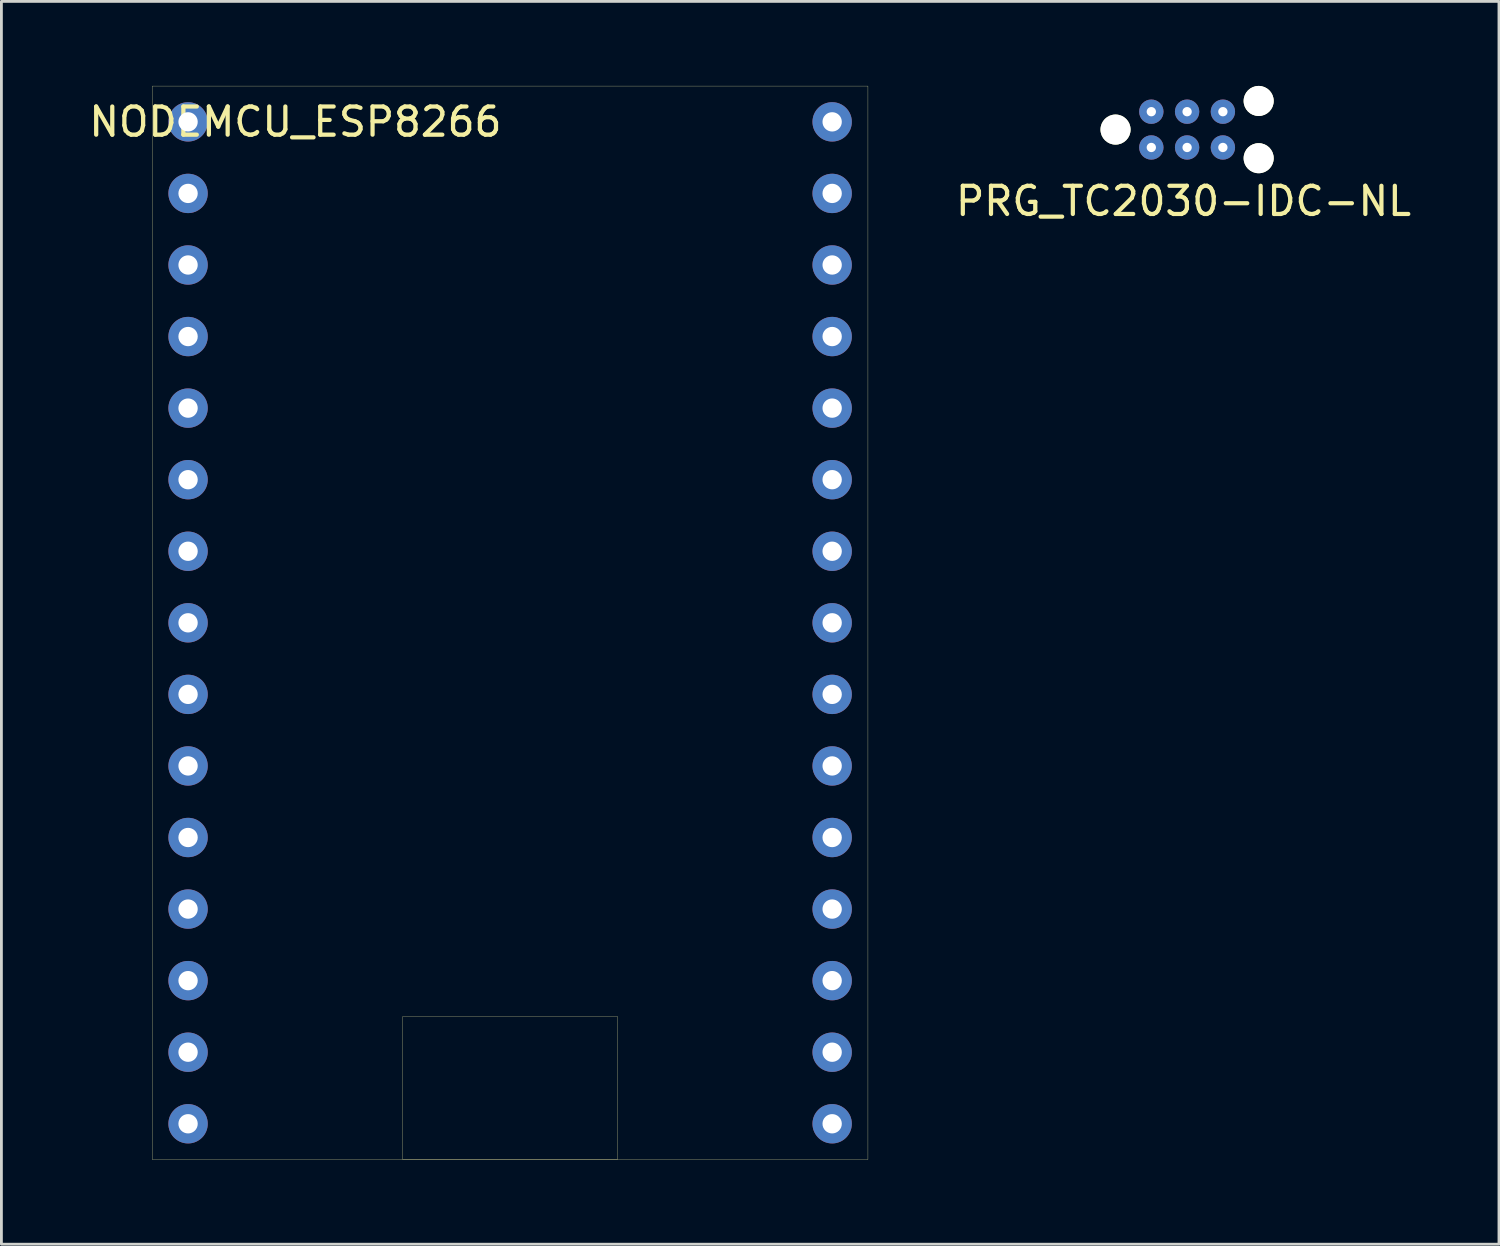
<source format=kicad_pcb>
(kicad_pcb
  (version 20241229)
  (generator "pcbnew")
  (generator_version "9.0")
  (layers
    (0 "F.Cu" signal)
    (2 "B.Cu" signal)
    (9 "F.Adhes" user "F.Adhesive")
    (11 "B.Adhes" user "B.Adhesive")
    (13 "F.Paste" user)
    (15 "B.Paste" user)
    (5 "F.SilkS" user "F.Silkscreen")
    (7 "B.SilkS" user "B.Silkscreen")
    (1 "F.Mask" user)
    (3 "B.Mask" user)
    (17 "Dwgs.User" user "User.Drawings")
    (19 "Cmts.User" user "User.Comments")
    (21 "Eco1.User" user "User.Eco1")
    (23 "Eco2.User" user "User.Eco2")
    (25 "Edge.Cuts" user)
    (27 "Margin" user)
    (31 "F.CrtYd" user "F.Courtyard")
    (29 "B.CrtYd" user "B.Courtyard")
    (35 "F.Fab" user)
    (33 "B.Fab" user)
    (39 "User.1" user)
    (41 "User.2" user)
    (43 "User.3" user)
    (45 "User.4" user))
  (footprint "PRG_TC2030-IDC-NL"
    (layer "F.Cu")
    (at 37.813 2.184)
    (property "Reference" "PRG_TC2030-IDC-NL" (at 1.143 1.905 0) (layer "F.SilkS") (effects (font (size 1 1) (thickness 0.15))))
    (attr through_hole)
    (pad "" np_thru_hole circle (at -1.27 -0.635) (size 1.067 1.067) (drill 1.067) (layers "*.Cu" "F.Mask" "F.SilkS"))
    (pad "" np_thru_hole circle (at 3.81 -1.651) (size 1.067 1.067) (drill 1.067) (layers "*.Cu" "F.Mask" "F.SilkS"))
    (pad "" np_thru_hole circle (at 3.81 0.381) (size 1.067 1.067) (drill 1.067) (layers "*.Cu" "F.Mask" "F.SilkS"))
    (pad "1" thru_hole circle (at 0 0) (size 0.864 0.864) (drill 0.33) (layers "*.Cu" "*.Mask"))
    (pad "2" thru_hole circle (at 0 -1.27) (size 0.864 0.864) (drill 0.33) (layers "*.Cu" "*.Mask"))
    (pad "3" thru_hole circle (at 1.27 0) (size 0.864 0.864) (drill 0.33) (layers "*.Cu" "*.Mask"))
    (pad "4" thru_hole circle (at 1.27 -1.27) (size 0.864 0.864) (drill 0.33) (layers "*.Cu" "*.Mask"))
    (pad "5" thru_hole circle (at 2.54 0) (size 0.864 0.864) (drill 0.33) (layers "*.Cu" "*.Mask"))
    (pad "6" thru_hole circle (at 2.54 -1.27) (size 0.864 0.864) (drill 0.33) (layers "*.Cu" "*.Mask")))
  (footprint "NODEMCU_ESP8266"
    (layer "F.Cu")
    (at 15.055 20.325)
    (property "Reference" "NODEMCU_ESP8266" (at -7.62 -19.05 0) (unlocked yes) (layer "F.SilkS") (effects (font (size 1 1) (thickness 0.15))))
    (attr smd)
    (fp_rect (start -12.7 -20.32) (end 12.7 17.78) (stroke (width 0.01) (type solid)) (fill no) (layer "F.SilkS"))
    (fp_rect (start -3.81 12.7) (end 3.81 17.78) (stroke (width 0.01) (type solid)) (fill no) (layer "F.SilkS"))
    (pad "1" thru_hole circle (at -11.43 -19.05) (size 1.397 1.397) (drill 0.686) (layers "*.Cu" "*.Mask"))
    (pad "2" thru_hole circle (at -11.43 -16.51) (size 1.397 1.397) (drill 0.686) (layers "*.Cu" "*.Mask"))
    (pad "3" thru_hole circle (at -11.43 -13.97) (size 1.397 1.397) (drill 0.686) (layers "*.Cu" "*.Mask"))
    (pad "4" thru_hole circle (at -11.43 -11.43) (size 1.397 1.397) (drill 0.686) (layers "*.Cu" "*.Mask"))
    (pad "5" thru_hole circle (at -11.43 -8.89) (size 1.397 1.397) (drill 0.686) (layers "*.Cu" "*.Mask"))
    (pad "6" thru_hole circle (at -11.43 -6.35) (size 1.397 1.397) (drill 0.686) (layers "*.Cu" "*.Mask"))
    (pad "7" thru_hole circle (at -11.43 -3.81) (size 1.397 1.397) (drill 0.686) (layers "*.Cu" "*.Mask"))
    (pad "8" thru_hole circle (at -11.43 -1.27) (size 1.397 1.397) (drill 0.686) (layers "*.Cu" "*.Mask"))
    (pad "9" thru_hole circle (at -11.43 1.27) (size 1.397 1.397) (drill 0.686) (layers "*.Cu" "*.Mask"))
    (pad "10" thru_hole circle (at -11.43 3.81) (size 1.397 1.397) (drill 0.686) (layers "*.Cu" "*.Mask"))
    (pad "11" thru_hole circle (at -11.43 6.35) (size 1.397 1.397) (drill 0.686) (layers "*.Cu" "*.Mask"))
    (pad "12" thru_hole circle (at -11.43 8.89) (size 1.397 1.397) (drill 0.686) (layers "*.Cu" "*.Mask"))
    (pad "13" thru_hole circle (at -11.43 11.43) (size 1.397 1.397) (drill 0.686) (layers "*.Cu" "*.Mask"))
    (pad "14" thru_hole circle (at -11.43 13.97) (size 1.397 1.397) (drill 0.686) (layers "*.Cu" "*.Mask"))
    (pad "15" thru_hole circle (at -11.43 16.51) (size 1.397 1.397) (drill 0.686) (layers "*.Cu" "*.Mask"))
    (pad "16" thru_hole circle (at 11.43 16.51) (size 1.397 1.397) (drill 0.686) (layers "*.Cu" "*.Mask"))
    (pad "17" thru_hole circle (at 11.43 13.97) (size 1.397 1.397) (drill 0.686) (layers "*.Cu" "*.Mask"))
    (pad "18" thru_hole circle (at 11.43 11.43) (size 1.397 1.397) (drill 0.686) (layers "*.Cu" "*.Mask"))
    (pad "19" thru_hole circle (at 11.43 8.89) (size 1.397 1.397) (drill 0.686) (layers "*.Cu" "*.Mask"))
    (pad "20" thru_hole circle (at 11.43 6.35) (size 1.397 1.397) (drill 0.686) (layers "*.Cu" "*.Mask"))
    (pad "21" thru_hole circle (at 11.43 3.81) (size 1.397 1.397) (drill 0.686) (layers "*.Cu" "*.Mask"))
    (pad "22" thru_hole circle (at 11.43 1.27) (size 1.397 1.397) (drill 0.686) (layers "*.Cu" "*.Mask"))
    (pad "23" thru_hole circle (at 11.43 -1.27) (size 1.397 1.397) (drill 0.686) (layers "*.Cu" "*.Mask"))
    (pad "24" thru_hole circle (at 11.43 -3.81) (size 1.397 1.397) (drill 0.686) (layers "*.Cu" "*.Mask"))
    (pad "25" thru_hole circle (at 11.43 -6.35) (size 1.397 1.397) (drill 0.686) (layers "*.Cu" "*.Mask"))
    (pad "26" thru_hole circle (at 11.43 -8.89) (size 1.397 1.397) (drill 0.686) (layers "*.Cu" "*.Mask"))
    (pad "27" thru_hole circle (at 11.43 -11.43) (size 1.397 1.397) (drill 0.686) (layers "*.Cu" "*.Mask"))
    (pad "28" thru_hole circle (at 11.43 -13.97) (size 1.397 1.397) (drill 0.686) (layers "*.Cu" "*.Mask"))
    (pad "29" thru_hole circle (at 11.43 -16.51) (size 1.397 1.397) (drill 0.686) (layers "*.Cu" "*.Mask"))
    (pad "30" thru_hole circle (at 11.43 -19.05) (size 1.397 1.397) (drill 0.686) (layers "*.Cu" "*.Mask")))
  (gr_rect
    (start -3 -3)
    (end 50.152 41.11)
    (stroke (width 0.1) (type default))
    (fill no)
    (layer "Edge.Cuts")))
</source>
